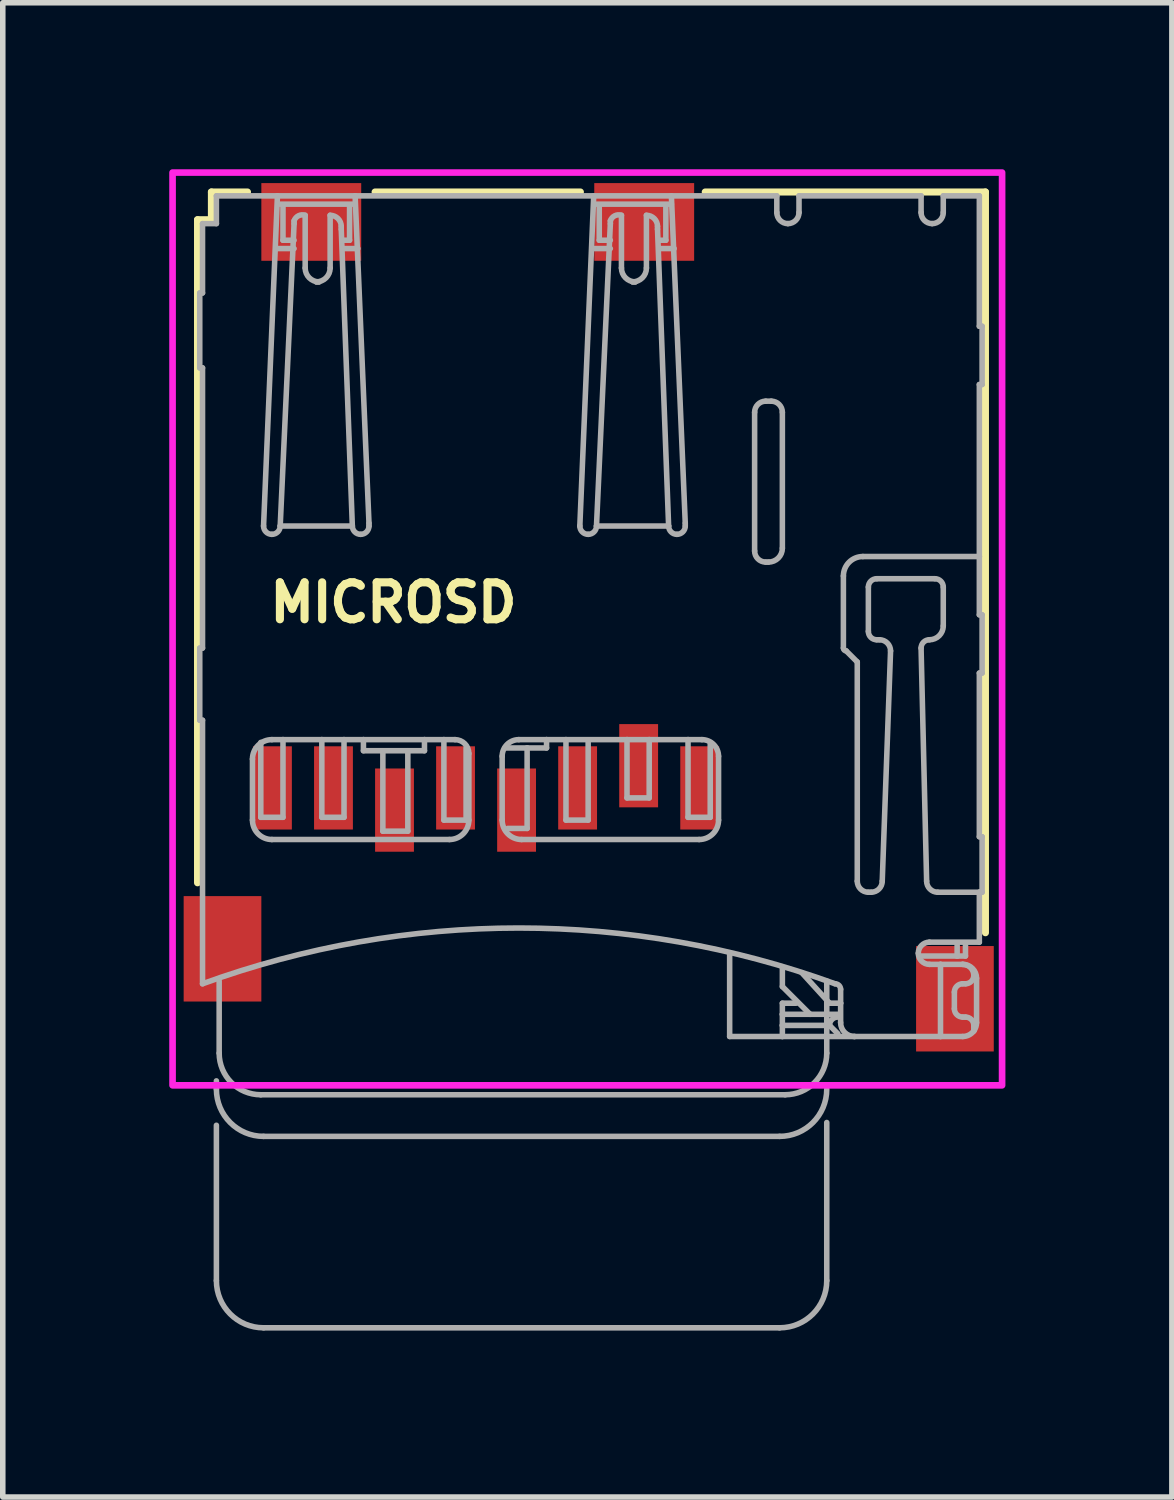
<source format=kicad_pcb>
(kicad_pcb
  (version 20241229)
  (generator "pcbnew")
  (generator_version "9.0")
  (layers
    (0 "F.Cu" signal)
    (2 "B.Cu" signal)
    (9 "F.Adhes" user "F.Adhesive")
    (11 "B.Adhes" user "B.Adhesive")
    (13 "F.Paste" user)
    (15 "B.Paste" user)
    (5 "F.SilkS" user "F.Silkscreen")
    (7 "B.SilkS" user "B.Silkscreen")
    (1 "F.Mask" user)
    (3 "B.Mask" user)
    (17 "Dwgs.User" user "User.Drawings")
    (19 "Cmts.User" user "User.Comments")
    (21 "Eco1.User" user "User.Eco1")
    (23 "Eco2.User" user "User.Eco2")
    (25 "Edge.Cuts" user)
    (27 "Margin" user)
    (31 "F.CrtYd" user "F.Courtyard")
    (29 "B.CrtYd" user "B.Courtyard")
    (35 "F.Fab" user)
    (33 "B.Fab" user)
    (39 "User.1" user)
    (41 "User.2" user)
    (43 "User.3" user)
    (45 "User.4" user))
  (footprint "MICROSD"
    (layer "F.Cu")
    (at 0.56 0.51)
    (property "Reference" "MICROSD" (at 1.18 7.69 0) (unlocked yes) (layer "F.SilkS") (effects (font (size 0.666 0.666) (thickness 0.146)) (justify left bottom)))
    (attr smd)
    (fp_line (start -0.05 0.4) (end -0.05 12.35) (stroke (width 0.127) (type solid)) (layer "F.SilkS"))
    (fp_line (start 0.2 -0.1) (end 0.2 0.4) (stroke (width 0.127) (type solid)) (layer "F.SilkS"))
    (fp_line (start 0.2 0.4) (end -0.05 0.4) (stroke (width 0.127) (type solid)) (layer "F.SilkS"))
    (fp_line (start 0.85 -0.1) (end 0.2 -0.1) (stroke (width 0.127) (type solid)) (layer "F.SilkS"))
    (fp_line (start 3.15 -0.1) (end 6.85 -0.1) (stroke (width 0.127) (type solid)) (layer "F.SilkS"))
    (fp_line (start 9.1 -0.1) (end 14.15 -0.1) (stroke (width 0.127) (type solid)) (layer "F.SilkS"))
    (fp_line (start 14.15 -0.1) (end 14.15 13.25) (stroke (width 0.127) (type solid)) (layer "F.SilkS"))
    (fp_rect (start -0.5 -0.45) (end 14.45 16) (stroke (width 0.12) (type default)) (fill no) (layer "F.CrtYd"))
    (fp_line (start -0.01 1.72) (end -0.01 3.07) (stroke (width 0.1) (type solid)) (layer "F.Fab"))
    (fp_line (start -0.01 3.07) (end 0.04 3.07) (stroke (width 0.1) (type solid)) (layer "F.Fab"))
    (fp_line (start -0.01 8.12) (end -0.01 9.42) (stroke (width 0.1) (type solid)) (layer "F.Fab"))
    (fp_line (start -0.01 9.42) (end 0.04 9.42) (stroke (width 0.1) (type solid)) (layer "F.Fab"))
    (fp_line (start 0.04 0.47) (end 0.04 1.72) (stroke (width 0.1) (type solid)) (layer "F.Fab"))
    (fp_line (start 0.04 1.72) (end -0.01 1.72) (stroke (width 0.1) (type solid)) (layer "F.Fab"))
    (fp_line (start 0.04 3.07) (end 0.04 8.12) (stroke (width 0.1) (type solid)) (layer "F.Fab"))
    (fp_line (start 0.04 8.12) (end -0.01 8.12) (stroke (width 0.1) (type solid)) (layer "F.Fab"))
    (fp_line (start 0.04 9.42) (end 0.04 14.17) (stroke (width 0.1) (type solid)) (layer "F.Fab"))
    (fp_line (start 0.29 -0.03) (end 0.29 0.47) (stroke (width 0.1) (type solid)) (layer "F.Fab"))
    (fp_line (start 0.29 0.47) (end 0.04 0.47) (stroke (width 0.1) (type solid)) (layer "F.Fab"))
    (fp_line (start 0.29 15.92) (end 0.29 16.07) (stroke (width 0.1) (type solid)) (layer "F.Fab"))
    (fp_line (start 0.29 16.72) (end 0.29 19.52) (stroke (width 0.1) (type solid)) (layer "F.Fab"))
    (fp_line (start 0.34 14.12) (end 0.34 15.42) (stroke (width 0.1) (type solid)) (layer "F.Fab"))
    (fp_line (start 0.94 11.22) (end 0.94 10.12) (stroke (width 0.1) (type solid)) (layer "F.Fab"))
    (fp_line (start 1.09 9.82) (end 1.09 11.17) (stroke (width 0.1) (type solid)) (layer "F.Fab"))
    (fp_line (start 1.09 11.17) (end 1.49 11.17) (stroke (width 0.1) (type solid)) (layer "F.Fab"))
    (fp_line (start 1.09 16.17) (end 10.54 16.17) (stroke (width 0.1) (type solid)) (layer "F.Fab"))
    (fp_line (start 1.14 5.92) (end 1.39 -0.03) (stroke (width 0.1) (type solid)) (layer "F.Fab"))
    (fp_line (start 1.14 16.92) (end 10.44 16.92) (stroke (width 0.1) (type solid)) (layer "F.Fab"))
    (fp_line (start 1.14 20.37) (end 10.44 20.37) (stroke (width 0.1) (type solid)) (layer "F.Fab"))
    (fp_line (start 1.29 9.77) (end 1.49 9.77) (stroke (width 0.1) (type solid)) (layer "F.Fab"))
    (fp_line (start 1.39 -0.03) (end 0.29 -0.03) (stroke (width 0.1) (type solid)) (layer "F.Fab"))
    (fp_line (start 1.44 0.12) (end 2.79 0.12) (stroke (width 0.1) (type solid)) (layer "F.Fab"))
    (fp_line (start 1.44 5.92) (end 2.74 5.92) (stroke (width 0.1) (type solid)) (layer "F.Fab"))
    (fp_line (start 1.49 0.77) (end 1.49 0.17) (stroke (width 0.1) (type solid)) (layer "F.Fab"))
    (fp_line (start 1.49 9.77) (end 2.19 9.77) (stroke (width 0.1) (type solid)) (layer "F.Fab"))
    (fp_line (start 1.49 11.17) (end 1.49 9.77) (stroke (width 0.1) (type solid)) (layer "F.Fab"))
    (fp_line (start 1.69 0.42) (end 1.69 0.47) (stroke (width 0.1) (type solid)) (layer "F.Fab"))
    (fp_line (start 1.69 0.47) (end 1.44 5.92) (stroke (width 0.1) (type solid)) (layer "F.Fab"))
    (fp_line (start 1.69 0.77) (end 1.49 0.77) (stroke (width 0.1) (type solid)) (layer "F.Fab"))
    (fp_line (start 1.69 0.92) (end 1.39 0.92) (stroke (width 0.1) (type solid)) (layer "F.Fab"))
    (fp_line (start 1.89 1.27) (end 1.89 0.32) (stroke (width 0.1) (type solid)) (layer "F.Fab"))
    (fp_line (start 2.09 1.52) (end 2.14 1.52) (stroke (width 0.1) (type solid)) (layer "F.Fab"))
    (fp_line (start 2.19 9.77) (end 2.19 11.17) (stroke (width 0.1) (type solid)) (layer "F.Fab"))
    (fp_line (start 2.19 9.77) (end 2.59 9.77) (stroke (width 0.1) (type solid)) (layer "F.Fab"))
    (fp_line (start 2.19 11.17) (end 2.59 11.17) (stroke (width 0.1) (type solid)) (layer "F.Fab"))
    (fp_line (start 2.34 0.32) (end 2.34 1.27) (stroke (width 0.1) (type solid)) (layer "F.Fab"))
    (fp_line (start 2.54 0.57) (end 2.54 0.52) (stroke (width 0.1) (type solid)) (layer "F.Fab"))
    (fp_line (start 2.59 0.77) (end 2.69 0.77) (stroke (width 0.1) (type solid)) (layer "F.Fab"))
    (fp_line (start 2.59 0.92) (end 2.84 0.92) (stroke (width 0.1) (type solid)) (layer "F.Fab"))
    (fp_line (start 2.59 9.77) (end 2.94 9.77) (stroke (width 0.1) (type solid)) (layer "F.Fab"))
    (fp_line (start 2.59 11.17) (end 2.59 9.77) (stroke (width 0.1) (type solid)) (layer "F.Fab"))
    (fp_line (start 2.69 0.77) (end 2.69 0.17) (stroke (width 0.1) (type solid)) (layer "F.Fab"))
    (fp_line (start 2.74 5.92) (end 2.54 0.57) (stroke (width 0.1) (type solid)) (layer "F.Fab"))
    (fp_line (start 2.79 -0.03) (end 1.39 -0.03) (stroke (width 0.1) (type solid)) (layer "F.Fab"))
    (fp_line (start 2.79 -0.03) (end 3.04 5.87) (stroke (width 0.1) (type solid)) (layer "F.Fab"))
    (fp_line (start 2.94 9.77) (end 2.94 9.97) (stroke (width 0.1) (type solid)) (layer "F.Fab"))
    (fp_line (start 2.94 9.77) (end 4.04 9.77) (stroke (width 0.1) (type solid)) (layer "F.Fab"))
    (fp_line (start 2.94 9.97) (end 3.29 9.97) (stroke (width 0.1) (type solid)) (layer "F.Fab"))
    (fp_line (start 3.04 5.87) (end 3.04 5.92) (stroke (width 0.1) (type solid)) (layer "F.Fab"))
    (fp_line (start 3.29 9.97) (end 3.29 11.42) (stroke (width 0.1) (type solid)) (layer "F.Fab"))
    (fp_line (start 3.29 9.97) (end 3.74 9.97) (stroke (width 0.1) (type solid)) (layer "F.Fab"))
    (fp_line (start 3.29 11.42) (end 3.74 11.42) (stroke (width 0.1) (type solid)) (layer "F.Fab"))
    (fp_line (start 3.74 9.97) (end 4.04 9.97) (stroke (width 0.1) (type solid)) (layer "F.Fab"))
    (fp_line (start 3.74 11.42) (end 3.74 9.97) (stroke (width 0.1) (type solid)) (layer "F.Fab"))
    (fp_line (start 4.04 9.77) (end 4.39 9.77) (stroke (width 0.1) (type solid)) (layer "F.Fab"))
    (fp_line (start 4.04 9.97) (end 4.04 9.77) (stroke (width 0.1) (type solid)) (layer "F.Fab"))
    (fp_line (start 4.39 9.77) (end 4.39 11.22) (stroke (width 0.1) (type solid)) (layer "F.Fab"))
    (fp_line (start 4.39 9.77) (end 4.59 9.77) (stroke (width 0.1) (type solid)) (layer "F.Fab"))
    (fp_line (start 4.39 11.22) (end 4.79 11.22) (stroke (width 0.1) (type solid)) (layer "F.Fab"))
    (fp_line (start 4.49 11.57) (end 1.29 11.57) (stroke (width 0.1) (type solid)) (layer "F.Fab"))
    (fp_line (start 4.79 11.22) (end 4.79 9.92) (stroke (width 0.1) (type solid)) (layer "F.Fab"))
    (fp_line (start 4.84 10.02) (end 4.84 11.22) (stroke (width 0.1) (type solid)) (layer "F.Fab"))
    (fp_line (start 5.44 11.22) (end 5.44 10.07) (stroke (width 0.1) (type solid)) (layer "F.Fab"))
    (fp_line (start 5.49 9.92) (end 5.89 9.92) (stroke (width 0.1) (type solid)) (layer "F.Fab"))
    (fp_line (start 5.74 9.77) (end 6.24 9.77) (stroke (width 0.1) (type solid)) (layer "F.Fab"))
    (fp_line (start 5.89 9.92) (end 5.89 11.37) (stroke (width 0.1) (type solid)) (layer "F.Fab"))
    (fp_line (start 5.89 9.92) (end 6.24 9.92) (stroke (width 0.1) (type solid)) (layer "F.Fab"))
    (fp_line (start 5.89 11.37) (end 5.54 11.37) (stroke (width 0.1) (type solid)) (layer "F.Fab"))
    (fp_line (start 6.24 9.77) (end 6.59 9.77) (stroke (width 0.1) (type solid)) (layer "F.Fab"))
    (fp_line (start 6.24 9.92) (end 6.24 9.77) (stroke (width 0.1) (type solid)) (layer "F.Fab"))
    (fp_line (start 6.59 9.77) (end 6.59 11.22) (stroke (width 0.1) (type solid)) (layer "F.Fab"))
    (fp_line (start 6.59 9.77) (end 7.69 9.77) (stroke (width 0.1) (type solid)) (layer "F.Fab"))
    (fp_line (start 6.59 11.22) (end 6.99 11.22) (stroke (width 0.1) (type solid)) (layer "F.Fab"))
    (fp_line (start 6.84 5.92) (end 7.09 -0.03) (stroke (width 0.1) (type solid)) (layer "F.Fab"))
    (fp_line (start 6.99 11.22) (end 6.99 9.82) (stroke (width 0.1) (type solid)) (layer "F.Fab"))
    (fp_line (start 7.14 0.12) (end 8.49 0.12) (stroke (width 0.1) (type solid)) (layer "F.Fab"))
    (fp_line (start 7.14 5.92) (end 8.44 5.92) (stroke (width 0.1) (type solid)) (layer "F.Fab"))
    (fp_line (start 7.19 0.77) (end 7.19 0.17) (stroke (width 0.1) (type solid)) (layer "F.Fab"))
    (fp_line (start 7.39 0.42) (end 7.39 0.47) (stroke (width 0.1) (type solid)) (layer "F.Fab"))
    (fp_line (start 7.39 0.47) (end 7.14 5.92) (stroke (width 0.1) (type solid)) (layer "F.Fab"))
    (fp_line (start 7.39 0.77) (end 7.19 0.77) (stroke (width 0.1) (type solid)) (layer "F.Fab"))
    (fp_line (start 7.39 0.92) (end 7.09 0.92) (stroke (width 0.1) (type solid)) (layer "F.Fab"))
    (fp_line (start 7.59 1.27) (end 7.59 0.32) (stroke (width 0.1) (type solid)) (layer "F.Fab"))
    (fp_line (start 7.69 9.77) (end 7.69 10.82) (stroke (width 0.1) (type solid)) (layer "F.Fab"))
    (fp_line (start 7.69 9.77) (end 8.09 9.77) (stroke (width 0.1) (type solid)) (layer "F.Fab"))
    (fp_line (start 7.69 10.82) (end 8.09 10.82) (stroke (width 0.1) (type solid)) (layer "F.Fab"))
    (fp_line (start 7.79 1.52) (end 7.84 1.52) (stroke (width 0.1) (type solid)) (layer "F.Fab"))
    (fp_line (start 8.04 0.32) (end 8.04 1.27) (stroke (width 0.1) (type solid)) (layer "F.Fab"))
    (fp_line (start 8.09 9.77) (end 8.79 9.77) (stroke (width 0.1) (type solid)) (layer "F.Fab"))
    (fp_line (start 8.09 10.82) (end 8.09 9.77) (stroke (width 0.1) (type solid)) (layer "F.Fab"))
    (fp_line (start 8.24 0.57) (end 8.24 0.52) (stroke (width 0.1) (type solid)) (layer "F.Fab"))
    (fp_line (start 8.29 0.77) (end 8.39 0.77) (stroke (width 0.1) (type solid)) (layer "F.Fab"))
    (fp_line (start 8.29 0.92) (end 8.54 0.92) (stroke (width 0.1) (type solid)) (layer "F.Fab"))
    (fp_line (start 8.39 0.77) (end 8.39 0.17) (stroke (width 0.1) (type solid)) (layer "F.Fab"))
    (fp_line (start 8.44 5.92) (end 8.24 0.57) (stroke (width 0.1) (type solid)) (layer "F.Fab"))
    (fp_line (start 8.49 -0.03) (end 8.74 5.87) (stroke (width 0.1) (type solid)) (layer "F.Fab"))
    (fp_line (start 8.74 5.87) (end 8.74 5.92) (stroke (width 0.1) (type solid)) (layer "F.Fab"))
    (fp_line (start 8.79 9.77) (end 8.79 11.17) (stroke (width 0.1) (type solid)) (layer "F.Fab"))
    (fp_line (start 8.79 9.77) (end 9.04 9.77) (stroke (width 0.1) (type solid)) (layer "F.Fab"))
    (fp_line (start 8.79 11.17) (end 9.19 11.17) (stroke (width 0.1) (type solid)) (layer "F.Fab"))
    (fp_line (start 8.99 11.57) (end 5.79 11.57) (stroke (width 0.1) (type solid)) (layer "F.Fab"))
    (fp_line (start 9.19 11.17) (end 9.19 9.82) (stroke (width 0.1) (type solid)) (layer "F.Fab"))
    (fp_line (start 9.34 10.07) (end 9.34 11.22) (stroke (width 0.1) (type solid)) (layer "F.Fab"))
    (fp_line (start 9.54 15.12) (end 9.54 13.62) (stroke (width 0.1) (type solid)) (layer "F.Fab"))
    (fp_line (start 9.99 6.37) (end 9.99 3.87) (stroke (width 0.1) (type solid)) (layer "F.Fab"))
    (fp_line (start 10.19 3.67) (end 10.29 3.67) (stroke (width 0.1) (type solid)) (layer "F.Fab"))
    (fp_line (start 10.24 6.57) (end 10.19 6.57) (stroke (width 0.1) (type solid)) (layer "F.Fab"))
    (fp_line (start 10.39 -0.03) (end 2.79 -0.03) (stroke (width 0.1) (type solid)) (layer "F.Fab"))
    (fp_line (start 10.39 0.27) (end 10.39 -0.03) (stroke (width 0.1) (type solid)) (layer "F.Fab"))
    (fp_line (start 10.49 3.87) (end 10.49 6.32) (stroke (width 0.1) (type solid)) (layer "F.Fab"))
    (fp_line (start 10.49 13.87) (end 10.49 14.22) (stroke (width 0.1) (type solid)) (layer "F.Fab"))
    (fp_line (start 10.49 14.22) (end 10.99 14.72) (stroke (width 0.1) (type solid)) (layer "F.Fab"))
    (fp_line (start 10.49 14.52) (end 10.74 14.52) (stroke (width 0.1) (type solid)) (layer "F.Fab"))
    (fp_line (start 10.49 14.72) (end 10.49 14.52) (stroke (width 0.1) (type solid)) (layer "F.Fab"))
    (fp_line (start 10.49 14.92) (end 10.49 14.72) (stroke (width 0.1) (type solid)) (layer "F.Fab"))
    (fp_line (start 10.49 14.92) (end 11.34 14.92) (stroke (width 0.1) (type solid)) (layer "F.Fab"))
    (fp_line (start 10.49 15.12) (end 9.54 15.12) (stroke (width 0.1) (type solid)) (layer "F.Fab"))
    (fp_line (start 10.49 15.12) (end 10.49 14.92) (stroke (width 0.1) (type solid)) (layer "F.Fab"))
    (fp_line (start 10.79 -0.03) (end 10.79 0.27) (stroke (width 0.1) (type solid)) (layer "F.Fab"))
    (fp_line (start 10.99 14.72) (end 10.49 14.72) (stroke (width 0.1) (type solid)) (layer "F.Fab"))
    (fp_line (start 10.99 14.72) (end 11.49 14.72) (stroke (width 0.1) (type solid)) (layer "F.Fab"))
    (fp_line (start 11.29 15.42) (end 11.29 14.12) (stroke (width 0.1) (type solid)) (layer "F.Fab"))
    (fp_line (start 11.29 19.52) (end 11.29 16.67) (stroke (width 0.1) (type solid)) (layer "F.Fab"))
    (fp_line (start 11.34 14.52) (end 10.84 13.97) (stroke (width 0.1) (type solid)) (layer "F.Fab"))
    (fp_line (start 11.49 15.07) (end 11.34 14.92) (stroke (width 0.1) (type solid)) (layer "F.Fab"))
    (fp_line (start 11.54 14.27) (end 11.54 14.52) (stroke (width 0.1) (type solid)) (layer "F.Fab"))
    (fp_line (start 11.54 14.52) (end 11.34 14.52) (stroke (width 0.1) (type solid)) (layer "F.Fab"))
    (fp_line (start 11.54 14.52) (end 11.54 14.87) (stroke (width 0.1) (type solid)) (layer "F.Fab"))
    (fp_line (start 11.59 8.12) (end 11.59 6.82) (stroke (width 0.1) (type solid)) (layer "F.Fab"))
    (fp_line (start 11.79 15.12) (end 10.49 15.12) (stroke (width 0.1) (type solid)) (layer "F.Fab"))
    (fp_line (start 11.79 15.12) (end 13.34 15.12) (stroke (width 0.1) (type solid)) (layer "F.Fab"))
    (fp_line (start 11.84 8.37) (end 11.64 8.17) (stroke (width 0.1) (type solid)) (layer "F.Fab"))
    (fp_line (start 11.84 12.32) (end 11.84 8.37) (stroke (width 0.1) (type solid)) (layer "F.Fab"))
    (fp_line (start 11.94 6.47) (end 14.04 6.47) (stroke (width 0.1) (type solid)) (layer "F.Fab"))
    (fp_line (start 12.04 7.02) (end 12.04 7.82) (stroke (width 0.1) (type solid)) (layer "F.Fab"))
    (fp_line (start 12.09 12.52) (end 12.04 12.52) (stroke (width 0.1) (type solid)) (layer "F.Fab"))
    (fp_line (start 12.19 7.97) (end 12.24 7.97) (stroke (width 0.1) (type solid)) (layer "F.Fab"))
    (fp_line (start 12.44 8.17) (end 12.29 12.32) (stroke (width 0.1) (type solid)) (layer "F.Fab"))
    (fp_line (start 12.99 -0.03) (end 10.79 -0.03) (stroke (width 0.1) (type solid)) (layer "F.Fab"))
    (fp_line (start 12.99 0.27) (end 12.99 -0.03) (stroke (width 0.1) (type solid)) (layer "F.Fab"))
    (fp_line (start 12.99 13.67) (end 13.64 13.67) (stroke (width 0.1) (type solid)) (layer "F.Fab"))
    (fp_line (start 13.09 12.32) (end 12.99 8.12) (stroke (width 0.1) (type solid)) (layer "F.Fab"))
    (fp_line (start 13.14 13.42) (end 14.04 13.42) (stroke (width 0.1) (type solid)) (layer "F.Fab"))
    (fp_line (start 13.24 6.87) (end 12.19 6.87) (stroke (width 0.1) (type solid)) (layer "F.Fab"))
    (fp_line (start 13.34 13.82) (end 13.14 13.82) (stroke (width 0.1) (type solid)) (layer "F.Fab"))
    (fp_line (start 13.34 13.82) (end 13.34 15.12) (stroke (width 0.1) (type solid)) (layer "F.Fab"))
    (fp_line (start 13.34 15.12) (end 13.74 15.12) (stroke (width 0.1) (type solid)) (layer "F.Fab"))
    (fp_line (start 13.39 -0.03) (end 13.39 0.27) (stroke (width 0.1) (type solid)) (layer "F.Fab"))
    (fp_line (start 13.39 7.72) (end 13.39 7.02) (stroke (width 0.1) (type solid)) (layer "F.Fab"))
    (fp_line (start 13.59 14.62) (end 13.59 14.32) (stroke (width 0.1) (type solid)) (layer "F.Fab"))
    (fp_line (start 13.64 13.67) (end 13.64 13.47) (stroke (width 0.1) (type solid)) (layer "F.Fab"))
    (fp_line (start 13.64 13.67) (end 13.79 13.67) (stroke (width 0.1) (type solid)) (layer "F.Fab"))
    (fp_line (start 13.74 13.82) (end 13.34 13.82) (stroke (width 0.1) (type solid)) (layer "F.Fab"))
    (fp_line (start 13.74 14.17) (end 13.79 14.17) (stroke (width 0.1) (type solid)) (layer "F.Fab"))
    (fp_line (start 13.79 13.47) (end 13.79 13.67) (stroke (width 0.1) (type solid)) (layer "F.Fab"))
    (fp_line (start 13.79 14.77) (end 13.74 14.77) (stroke (width 0.1) (type solid)) (layer "F.Fab"))
    (fp_line (start 13.94 15.02) (end 13.94 14.92) (stroke (width 0.1) (type solid)) (layer "F.Fab"))
    (fp_line (start 13.99 14.87) (end 13.99 14.07) (stroke (width 0.1) (type solid)) (layer "F.Fab"))
    (fp_line (start 14.04 -0.03) (end 13.39 -0.03) (stroke (width 0.1) (type solid)) (layer "F.Fab"))
    (fp_line (start 14.04 2.32) (end 14.04 -0.03) (stroke (width 0.1) (type solid)) (layer "F.Fab"))
    (fp_line (start 14.04 3.37) (end 14.09 3.37) (stroke (width 0.1) (type solid)) (layer "F.Fab"))
    (fp_line (start 14.04 6.47) (end 14.04 3.37) (stroke (width 0.1) (type solid)) (layer "F.Fab"))
    (fp_line (start 14.04 7.52) (end 14.04 6.47) (stroke (width 0.1) (type solid)) (layer "F.Fab"))
    (fp_line (start 14.04 8.57) (end 14.09 8.57) (stroke (width 0.1) (type solid)) (layer "F.Fab"))
    (fp_line (start 14.04 11.52) (end 14.04 8.57) (stroke (width 0.1) (type solid)) (layer "F.Fab"))
    (fp_line (start 14.04 12.52) (end 13.29 12.52) (stroke (width 0.1) (type solid)) (layer "F.Fab"))
    (fp_line (start 14.04 12.52) (end 14.09 12.52) (stroke (width 0.1) (type solid)) (layer "F.Fab"))
    (fp_line (start 14.04 13.42) (end 14.04 12.52) (stroke (width 0.1) (type solid)) (layer "F.Fab"))
    (fp_line (start 14.09 2.32) (end 14.04 2.32) (stroke (width 0.1) (type solid)) (layer "F.Fab"))
    (fp_line (start 14.09 3.37) (end 14.09 2.32) (stroke (width 0.1) (type solid)) (layer "F.Fab"))
    (fp_line (start 14.09 7.52) (end 14.04 7.52) (stroke (width 0.1) (type solid)) (layer "F.Fab"))
    (fp_line (start 14.09 8.57) (end 14.09 7.52) (stroke (width 0.1) (type solid)) (layer "F.Fab"))
    (fp_line (start 14.09 11.52) (end 14.04 11.52) (stroke (width 0.1) (type solid)) (layer "F.Fab"))
    (fp_line (start 14.09 12.52) (end 14.09 11.52) (stroke (width 0.1) (type solid)) (layer "F.Fab"))
    (fp_arc (start 0.04 14.17) (mid 5.74 13.164936) (end 11.44 14.17) (stroke (width 0.1) (type solid)) (layer "F.Fab"))
    (fp_arc (start 0.94 10.12) (mid 1.042513 9.872513) (end 1.29 9.77) (stroke (width 0.1) (type solid)) (layer "F.Fab"))
    (fp_arc (start 1.09 16.17) (mid 0.55967 15.95033) (end 0.34 15.42) (stroke (width 0.1) (type solid)) (layer "F.Fab"))
    (fp_arc (start 1.14 16.92) (mid 0.538959 16.671041) (end 0.29 16.07) (stroke (width 0.1) (type solid)) (layer "F.Fab"))
    (fp_arc (start 1.14 20.37) (mid 0.538959 20.121041) (end 0.29 19.52) (stroke (width 0.1) (type solid)) (layer "F.Fab"))
    (fp_arc (start 1.29 6.07) (mid 1.183934 6.026066) (end 1.14 5.92) (stroke (width 0.1) (type solid)) (layer "F.Fab"))
    (fp_arc (start 1.29 11.57) (mid 1.042513 11.467487) (end 0.94 11.22) (stroke (width 0.1) (type solid)) (layer "F.Fab"))
    (fp_arc (start 1.44 5.92) (mid 1.396066 6.026066) (end 1.29 6.07) (stroke (width 0.1) (type solid)) (layer "F.Fab"))
    (fp_arc (start 1.69 0.42) (mid 1.769289 0.328579) (end 1.89 0.32) (stroke (width 0.1) (type solid)) (layer "F.Fab"))
    (fp_arc (start 2.14 1.52) (mid 1.963223 1.446777) (end 1.89 1.27) (stroke (width 0.1) (type solid)) (layer "F.Fab"))
    (fp_arc (start 2.34 0.32) (mid 2.481421 0.378579) (end 2.54 0.52) (stroke (width 0.1) (type solid)) (layer "F.Fab"))
    (fp_arc (start 2.34 1.27) (mid 2.266777 1.446777) (end 2.09 1.52) (stroke (width 0.1) (type solid)) (layer "F.Fab"))
    (fp_arc (start 2.89 6.07) (mid 2.783934 6.026066) (end 2.74 5.92) (stroke (width 0.1) (type solid)) (layer "F.Fab"))
    (fp_arc (start 3.04 5.92) (mid 2.996066 6.026066) (end 2.89 6.07) (stroke (width 0.1) (type solid)) (layer "F.Fab"))
    (fp_arc (start 4.59 9.77) (mid 4.766777 9.843223) (end 4.84 10.02) (stroke (width 0.1) (type solid)) (layer "F.Fab"))
    (fp_arc (start 4.84 11.22) (mid 4.737487 11.467487) (end 4.49 11.57) (stroke (width 0.1) (type solid)) (layer "F.Fab"))
    (fp_arc (start 5.44 10.07) (mid 5.527868 9.857868) (end 5.74 9.77) (stroke (width 0.1) (type solid)) (layer "F.Fab"))
    (fp_arc (start 5.79 11.57) (mid 5.542513 11.467487) (end 5.44 11.22) (stroke (width 0.1) (type solid)) (layer "F.Fab"))
    (fp_arc (start 6.99 6.07) (mid 6.883934 6.026066) (end 6.84 5.92) (stroke (width 0.1) (type solid)) (layer "F.Fab"))
    (fp_arc (start 7.14 5.92) (mid 7.096066 6.026066) (end 6.99 6.07) (stroke (width 0.1) (type solid)) (layer "F.Fab"))
    (fp_arc (start 7.39 0.42) (mid 7.469289 0.328579) (end 7.59 0.32) (stroke (width 0.1) (type solid)) (layer "F.Fab"))
    (fp_arc (start 7.84 1.52) (mid 7.663223 1.446777) (end 7.59 1.27) (stroke (width 0.1) (type solid)) (layer "F.Fab"))
    (fp_arc (start 8.04 0.32) (mid 8.181421 0.378579) (end 8.24 0.52) (stroke (width 0.1) (type solid)) (layer "F.Fab"))
    (fp_arc (start 8.04 1.27) (mid 7.966777 1.446777) (end 7.79 1.52) (stroke (width 0.1) (type solid)) (layer "F.Fab"))
    (fp_arc (start 8.59 6.07) (mid 8.483934 6.026066) (end 8.44 5.92) (stroke (width 0.1) (type solid)) (layer "F.Fab"))
    (fp_arc (start 8.74 5.92) (mid 8.696066 6.026066) (end 8.59 6.07) (stroke (width 0.1) (type solid)) (layer "F.Fab"))
    (fp_arc (start 9.04 9.77) (mid 9.252132 9.857868) (end 9.34 10.07) (stroke (width 0.1) (type solid)) (layer "F.Fab"))
    (fp_arc (start 9.34 11.22) (mid 9.237487 11.467487) (end 8.99 11.57) (stroke (width 0.1) (type solid)) (layer "F.Fab"))
    (fp_arc (start 9.99 3.87) (mid 10.048579 3.728579) (end 10.19 3.67) (stroke (width 0.1) (type solid)) (layer "F.Fab"))
    (fp_arc (start 10.19 6.57) (mid 10.048579 6.511421) (end 9.99 6.37) (stroke (width 0.1) (type solid)) (layer "F.Fab"))
    (fp_arc (start 10.29 3.67) (mid 10.431421 3.728579) (end 10.49 3.87) (stroke (width 0.1) (type solid)) (layer "F.Fab"))
    (fp_arc (start 10.49 6.32) (mid 10.416777 6.496777) (end 10.24 6.57) (stroke (width 0.1) (type solid)) (layer "F.Fab"))
    (fp_arc (start 10.59 0.47) (mid 10.448579 0.411421) (end 10.39 0.27) (stroke (width 0.1) (type solid)) (layer "F.Fab"))
    (fp_arc (start 10.79 0.27) (mid 10.731421 0.411421) (end 10.59 0.47) (stroke (width 0.1) (type solid)) (layer "F.Fab"))
    (fp_arc (start 11.29 15.42) (mid 11.07033 15.95033) (end 10.54 16.17) (stroke (width 0.1) (type solid)) (layer "F.Fab"))
    (fp_arc (start 11.29 16.07) (mid 11.041041 16.671041) (end 10.44 16.92) (stroke (width 0.1) (type solid)) (layer "F.Fab"))
    (fp_arc (start 11.29 19.52) (mid 11.041041 20.121041) (end 10.44 20.37) (stroke (width 0.1) (type solid)) (layer "F.Fab"))
    (fp_arc (start 11.34 14.92) (mid 11.383934 14.813934) (end 11.49 14.77) (stroke (width 0.1) (type solid)) (layer "F.Fab"))
    (fp_arc (start 11.44 14.17) (mid 11.510711 14.199289) (end 11.54 14.27) (stroke (width 0.1) (type solid)) (layer "F.Fab"))
    (fp_arc (start 11.59 6.82) (mid 11.692513 6.572513) (end 11.94 6.47) (stroke (width 0.1) (type solid)) (layer "F.Fab"))
    (fp_arc (start 11.64 8.17) (mid 11.604645 8.155355) (end 11.59 8.12) (stroke (width 0.1) (type solid)) (layer "F.Fab"))
    (fp_arc (start 11.79 15.12) (mid 11.613223 15.046777) (end 11.54 14.87) (stroke (width 0.1) (type solid)) (layer "F.Fab"))
    (fp_arc (start 12.04 7.02) (mid 12.083934 6.913934) (end 12.19 6.87) (stroke (width 0.1) (type solid)) (layer "F.Fab"))
    (fp_arc (start 12.04 12.52) (mid 11.898579 12.461421) (end 11.84 12.32) (stroke (width 0.1) (type solid)) (layer "F.Fab"))
    (fp_arc (start 12.19 7.97) (mid 12.083934 7.926066) (end 12.04 7.82) (stroke (width 0.1) (type solid)) (layer "F.Fab"))
    (fp_arc (start 12.24 7.97) (mid 12.381421 8.028579) (end 12.44 8.17) (stroke (width 0.1) (type solid)) (layer "F.Fab"))
    (fp_arc (start 12.29 12.32) (mid 12.231421 12.461421) (end 12.09 12.52) (stroke (width 0.1) (type solid)) (layer "F.Fab"))
    (fp_arc (start 12.94 13.62) (mid 12.998579 13.478579) (end 13.14 13.42) (stroke (width 0.1) (type solid)) (layer "F.Fab"))
    (fp_arc (start 12.99 8.12) (mid 13.033934 8.013934) (end 13.14 7.97) (stroke (width 0.1) (type solid)) (layer "F.Fab"))
    (fp_arc (start 13.14 13.82) (mid 12.998579 13.761421) (end 12.94 13.62) (stroke (width 0.1) (type solid)) (layer "F.Fab"))
    (fp_arc (start 13.19 0.47) (mid 13.048579 0.411421) (end 12.99 0.27) (stroke (width 0.1) (type solid)) (layer "F.Fab"))
    (fp_arc (start 13.24 6.87) (mid 13.346066 6.913934) (end 13.39 7.02) (stroke (width 0.1) (type solid)) (layer "F.Fab"))
    (fp_arc (start 13.29 12.52) (mid 13.148579 12.461421) (end 13.09 12.32) (stroke (width 0.1) (type solid)) (layer "F.Fab"))
    (fp_arc (start 13.39 0.27) (mid 13.331421 0.411421) (end 13.19 0.47) (stroke (width 0.1) (type solid)) (layer "F.Fab"))
    (fp_arc (start 13.39 7.72) (mid 13.316777 7.896777) (end 13.14 7.97) (stroke (width 0.1) (type solid)) (layer "F.Fab"))
    (fp_arc (start 13.59 14.32) (mid 13.633934 14.213934) (end 13.74 14.17) (stroke (width 0.1) (type solid)) (layer "F.Fab"))
    (fp_arc (start 13.74 13.82) (mid 13.881421 13.878579) (end 13.94 14.02) (stroke (width 0.1) (type solid)) (layer "F.Fab"))
    (fp_arc (start 13.74 13.82) (mid 13.916777 13.893223) (end 13.99 14.07) (stroke (width 0.1) (type solid)) (layer "F.Fab"))
    (fp_arc (start 13.74 14.77) (mid 13.633934 14.726066) (end 13.59 14.62) (stroke (width 0.1) (type solid)) (layer "F.Fab"))
    (fp_arc (start 13.79 14.77) (mid 13.896066 14.813934) (end 13.94 14.92) (stroke (width 0.1) (type solid)) (layer "F.Fab"))
    (fp_arc (start 13.94 14.02) (mid 13.896066 14.126066) (end 13.79 14.17) (stroke (width 0.1) (type solid)) (layer "F.Fab"))
    (fp_arc (start 13.94 15.019999) (mid 13.851803 15.093606) (end 13.74 15.12) (stroke (width 0.1) (type solid)) (layer "F.Fab"))
    (fp_arc (start 13.99 14.87) (mid 13.977171 14.949057) (end 13.94 15.02) (stroke (width 0.1) (type solid)) (layer "F.Fab"))
    (pad "1" smd rect (at 9 10.64) (size 0.7 1.5) (layers "F.Cu" "F.Mask" "F.Paste"))
    (pad "2" smd rect (at 7.9 10.24) (size 0.7 1.5) (layers "F.Cu" "F.Mask" "F.Paste"))
    (pad "3" smd rect (at 6.8 10.64) (size 0.7 1.5) (layers "F.Cu" "F.Mask" "F.Paste"))
    (pad "4" smd rect (at 5.7 11.04) (size 0.7 1.5) (layers "F.Cu" "F.Mask" "F.Paste"))
    (pad "5" smd rect (at 4.6 10.64) (size 0.7 1.5) (layers "F.Cu" "F.Mask" "F.Paste"))
    (pad "6" smd rect (at 3.5 11.04) (size 0.7 1.5) (layers "F.Cu" "F.Mask" "F.Paste"))
    (pad "7" smd rect (at 2.4 10.64) (size 0.7 1.5) (layers "F.Cu" "F.Mask" "F.Paste"))
    (pad "8" smd rect (at 1.3 10.64) (size 0.7 1.5) (layers "F.Cu" "F.Mask" "F.Paste"))
    (pad "CD1" smd rect (at 2 0.44 90) (size 1.4 1.8) (layers "F.Cu" "F.Mask" "F.Paste"))
    (pad "CD2" smd rect (at 8 0.44 90) (size 1.4 1.8) (layers "F.Cu" "F.Mask" "F.Paste"))
    (pad "MT1" smd rect (at 0.4 13.54) (size 1.4 1.9) (layers "F.Cu" "F.Mask" "F.Paste"))
    (pad "MT2" smd rect (at 13.6 14.44) (size 1.4 1.9) (layers "F.Cu" "F.Mask" "F.Paste")))
  (gr_rect
    (start -3 -3)
    (end 18.07 23.93)
    (stroke (width 0.1) (type default))
    (fill no)
    (layer "Edge.Cuts")))
</source>
